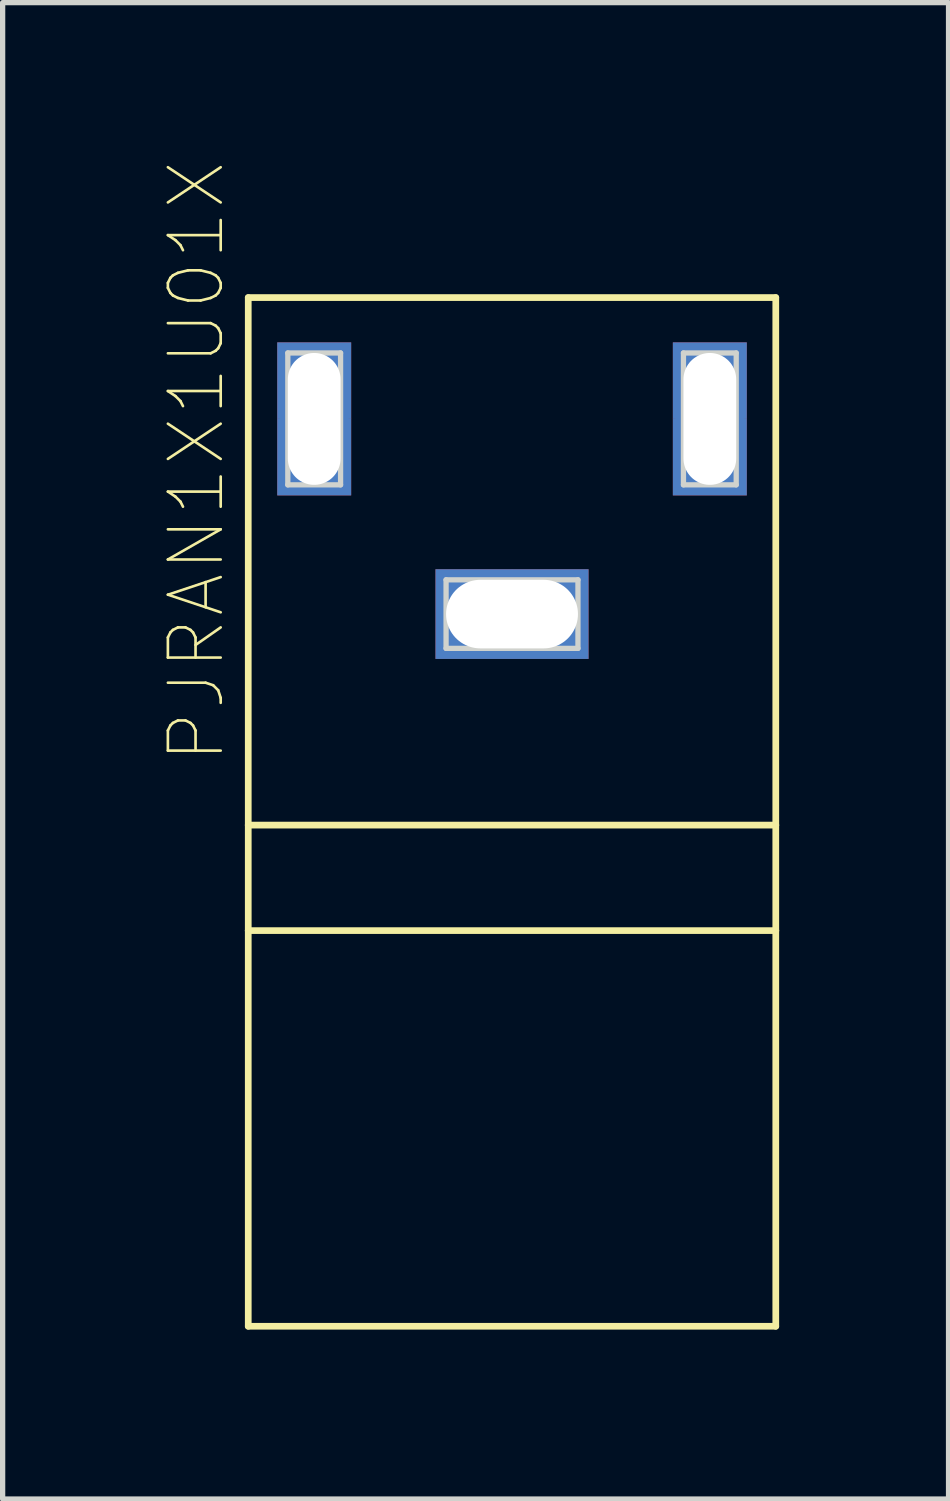
<source format=kicad_pcb>
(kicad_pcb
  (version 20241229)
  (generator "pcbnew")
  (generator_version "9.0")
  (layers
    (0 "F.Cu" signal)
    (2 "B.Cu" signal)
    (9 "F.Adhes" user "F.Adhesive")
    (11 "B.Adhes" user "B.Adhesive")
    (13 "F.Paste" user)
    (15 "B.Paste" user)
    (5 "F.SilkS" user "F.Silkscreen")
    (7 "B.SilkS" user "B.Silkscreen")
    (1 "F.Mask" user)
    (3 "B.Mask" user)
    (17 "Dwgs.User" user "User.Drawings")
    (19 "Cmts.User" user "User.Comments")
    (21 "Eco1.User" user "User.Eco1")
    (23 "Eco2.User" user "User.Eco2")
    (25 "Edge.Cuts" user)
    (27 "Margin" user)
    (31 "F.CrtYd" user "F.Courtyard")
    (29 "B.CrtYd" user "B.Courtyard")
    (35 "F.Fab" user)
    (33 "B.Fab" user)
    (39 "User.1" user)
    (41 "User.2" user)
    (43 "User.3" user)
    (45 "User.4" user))
  (footprint "PJRAN1X1U01X"
    (layer "F.Cu")
    (at 6.656 8.591)
    (property "Reference" "PJRAN1X1U01X" (at -5.983 -2.894 90) (layer "F.SilkS") (effects (font (size 1.001 1.001) (thickness 0.05))))
    (attr smd)
    (fp_poly (pts (xy -4.25 -3.7) (xy -4.45 -3.7) (xy -4.45 -2.25) (xy -3.05 -2.25) (xy -3.05 -3.7) (xy -3.25 -3.7) (xy -3.25 -2.45) (xy -4.25 -2.45)) (stroke (width 0.001) (type solid)) (fill yes) (layer "F.Cu"))
    (fp_poly (pts (xy -3.25 -3.7) (xy -3.05 -3.7) (xy -3.05 -5.15) (xy -4.45 -5.15) (xy -4.45 -3.7) (xy -4.25 -3.7) (xy -4.25 -4.95) (xy -3.25 -4.95)) (stroke (width 0.001) (type solid)) (fill yes) (layer "F.Cu"))
    (fp_poly (pts (xy 0 -0.65) (xy 0 -0.85) (xy 1.45 -0.85) (xy 1.45 0.85) (xy 0 0.85) (xy 0 0.65) (xy 1.25 0.65) (xy 1.25 -0.65)) (stroke (width 0.001) (type solid)) (fill yes) (layer "F.Cu"))
    (fp_poly (pts (xy 0 0.65) (xy 0 0.85) (xy -1.45 0.85) (xy -1.45 -0.85) (xy 0 -0.85) (xy 0 -0.65) (xy -1.25 -0.65) (xy -1.25 0.65)) (stroke (width 0.001) (type solid)) (fill yes) (layer "F.Cu"))
    (fp_poly (pts (xy 3.25 -3.7) (xy 3.05 -3.7) (xy 3.05 -2.25) (xy 4.45 -2.25) (xy 4.45 -3.7) (xy 4.25 -3.7) (xy 4.25 -2.45) (xy 3.25 -2.45)) (stroke (width 0.001) (type solid)) (fill yes) (layer "F.Cu"))
    (fp_poly (pts (xy 4.25 -3.7) (xy 4.45 -3.7) (xy 4.45 -5.15) (xy 3.05 -5.15) (xy 3.05 -3.7) (xy 3.25 -3.7) (xy 3.25 -4.95) (xy 4.25 -4.95)) (stroke (width 0.001) (type solid)) (fill yes) (layer "F.Cu"))
    (fp_poly (pts (xy -4.559 -5.25) (xy -2.95 -5.25) (xy -2.95 -2.154) (xy -4.559 -2.154)) (stroke (width 0) (type solid)) (fill yes) (layer "F.Mask"))
    (fp_poly (pts (xy -1.552 -0.95) (xy 1.55 -0.95) (xy 1.55 0.951) (xy -1.552 0.951)) (stroke (width 0) (type solid)) (fill yes) (layer "F.Mask"))
    (fp_poly (pts (xy 2.954 -5.25) (xy 4.55 -5.25) (xy 4.55 -2.153) (xy 2.954 -2.153)) (stroke (width 0) (type solid)) (fill yes) (layer "F.Mask"))
    (fp_poly (pts (xy -4.25 -3.7) (xy -4.45 -3.7) (xy -4.45 -2.25) (xy -3.05 -2.25) (xy -3.05 -3.7) (xy -3.25 -3.7) (xy -3.25 -2.45) (xy -4.25 -2.45)) (stroke (width 0.001) (type solid)) (fill yes) (layer "B.Cu"))
    (fp_poly (pts (xy -3.25 -3.7) (xy -3.05 -3.7) (xy -3.05 -5.15) (xy -4.45 -5.15) (xy -4.45 -3.7) (xy -4.25 -3.7) (xy -4.25 -4.95) (xy -3.25 -4.95)) (stroke (width 0.001) (type solid)) (fill yes) (layer "B.Cu"))
    (fp_poly (pts (xy 0 -0.65) (xy 0 -0.85) (xy 1.45 -0.85) (xy 1.45 0.85) (xy 0 0.85) (xy 0 0.65) (xy 1.25 0.65) (xy 1.25 -0.65)) (stroke (width 0.001) (type solid)) (fill yes) (layer "B.Cu"))
    (fp_poly (pts (xy 0 0.65) (xy 0 0.85) (xy -1.45 0.85) (xy -1.45 -0.85) (xy 0 -0.85) (xy 0 -0.65) (xy -1.25 -0.65) (xy -1.25 0.65)) (stroke (width 0.001) (type solid)) (fill yes) (layer "B.Cu"))
    (fp_poly (pts (xy 3.25 -3.7) (xy 3.05 -3.7) (xy 3.05 -2.25) (xy 4.45 -2.25) (xy 4.45 -3.7) (xy 4.25 -3.7) (xy 4.25 -2.45) (xy 3.25 -2.45)) (stroke (width 0.001) (type solid)) (fill yes) (layer "B.Cu"))
    (fp_poly (pts (xy 4.25 -3.7) (xy 4.45 -3.7) (xy 4.45 -5.15) (xy 3.05 -5.15) (xy 3.05 -3.7) (xy 3.25 -3.7) (xy 3.25 -4.95) (xy 4.25 -4.95)) (stroke (width 0.001) (type solid)) (fill yes) (layer "B.Cu"))
    (fp_line (start -5 -6) (end 5 -6) (stroke (width 0.127) (type solid)) (layer "F.SilkS"))
    (fp_line (start -5 4) (end -5 -6) (stroke (width 0.127) (type solid)) (layer "F.SilkS"))
    (fp_line (start -5 4) (end 5 4) (stroke (width 0.127) (type solid)) (layer "F.SilkS"))
    (fp_line (start -5 6) (end -5 4) (stroke (width 0.127) (type solid)) (layer "F.SilkS"))
    (fp_line (start -5 6) (end 5 6) (stroke (width 0.127) (type solid)) (layer "F.SilkS"))
    (fp_line (start -5 13.5) (end -5 6) (stroke (width 0.127) (type solid)) (layer "F.SilkS"))
    (fp_line (start 5 -6) (end 5 4) (stroke (width 0.127) (type solid)) (layer "F.SilkS"))
    (fp_line (start 5 4) (end 5 6) (stroke (width 0.127) (type solid)) (layer "F.SilkS"))
    (fp_line (start 5 6) (end 5 13.5) (stroke (width 0.127) (type solid)) (layer "F.SilkS"))
    (fp_line (start 5 13.5) (end -5 13.5) (stroke (width 0.127) (type solid)) (layer "F.SilkS"))
    (fp_poly (pts (xy -4.25 -3.7) (xy -4.45 -3.7) (xy -4.45 -2.25) (xy -3.05 -2.25) (xy -3.05 -3.7) (xy -3.25 -3.7) (xy -3.25 -2.45) (xy -4.25 -2.45)) (stroke (width 0.001) (type solid)) (fill yes) (layer "F.Paste"))
    (fp_poly (pts (xy -3.25 -3.7) (xy -3.05 -3.7) (xy -3.05 -5.15) (xy -4.45 -5.15) (xy -4.45 -3.7) (xy -4.25 -3.7) (xy -4.25 -4.95) (xy -3.25 -4.95)) (stroke (width 0.001) (type solid)) (fill yes) (layer "F.Paste"))
    (fp_poly (pts (xy 0 -0.65) (xy 0 -0.85) (xy 1.45 -0.85) (xy 1.45 0.85) (xy 0 0.85) (xy 0 0.65) (xy 1.25 0.65) (xy 1.25 -0.65)) (stroke (width 0.001) (type solid)) (fill yes) (layer "F.Paste"))
    (fp_poly (pts (xy 0 0.65) (xy 0 0.85) (xy -1.45 0.85) (xy -1.45 -0.85) (xy 0 -0.85) (xy 0 -0.65) (xy -1.25 -0.65) (xy -1.25 0.65)) (stroke (width 0.001) (type solid)) (fill yes) (layer "F.Paste"))
    (fp_poly (pts (xy 3.25 -3.7) (xy 3.05 -3.7) (xy 3.05 -2.25) (xy 4.45 -2.25) (xy 4.45 -3.7) (xy 4.25 -3.7) (xy 4.25 -2.45) (xy 3.25 -2.45)) (stroke (width 0.001) (type solid)) (fill yes) (layer "F.Paste"))
    (fp_poly (pts (xy 4.25 -3.7) (xy 4.45 -3.7) (xy 4.45 -5.15) (xy 3.05 -5.15) (xy 3.05 -3.7) (xy 3.25 -3.7) (xy 3.25 -4.95) (xy 4.25 -4.95)) (stroke (width 0.001) (type solid)) (fill yes) (layer "F.Paste"))
    (fp_poly (pts (xy -4.25 -3.7) (xy -4.45 -3.7) (xy -4.45 -2.25) (xy -3.05 -2.25) (xy -3.05 -3.7) (xy -3.25 -3.7) (xy -3.25 -2.45) (xy -4.25 -2.45)) (stroke (width 0.001) (type solid)) (fill yes) (layer "B.Paste"))
    (fp_poly (pts (xy -3.25 -3.7) (xy -3.05 -3.7) (xy -3.05 -5.15) (xy -4.45 -5.15) (xy -4.45 -3.7) (xy -4.25 -3.7) (xy -4.25 -4.95) (xy -3.25 -4.95)) (stroke (width 0.001) (type solid)) (fill yes) (layer "B.Paste"))
    (fp_poly (pts (xy 0 -0.65) (xy 0 -0.85) (xy 1.45 -0.85) (xy 1.45 0.85) (xy 0 0.85) (xy 0 0.65) (xy 1.25 0.65) (xy 1.25 -0.65)) (stroke (width 0.001) (type solid)) (fill yes) (layer "B.Paste"))
    (fp_poly (pts (xy 0 0.65) (xy 0 0.85) (xy -1.45 0.85) (xy -1.45 -0.85) (xy 0 -0.85) (xy 0 -0.65) (xy -1.25 -0.65) (xy -1.25 0.65)) (stroke (width 0.001) (type solid)) (fill yes) (layer "B.Paste"))
    (fp_poly (pts (xy 3.25 -3.7) (xy 3.05 -3.7) (xy 3.05 -2.25) (xy 4.45 -2.25) (xy 4.45 -3.7) (xy 4.25 -3.7) (xy 4.25 -2.45) (xy 3.25 -2.45)) (stroke (width 0.001) (type solid)) (fill yes) (layer "B.Paste"))
    (fp_poly (pts (xy 4.25 -3.7) (xy 4.45 -3.7) (xy 4.45 -5.15) (xy 3.05 -5.15) (xy 3.05 -3.7) (xy 3.25 -3.7) (xy 3.25 -4.95) (xy 4.25 -4.95)) (stroke (width 0.001) (type solid)) (fill yes) (layer "B.Paste"))
    (fp_line (start -5.25 -6.25) (end 5.25 -6.25) (stroke (width 0.05) (type solid)) (layer "Eco1.User"))
    (fp_line (start -5.25 13.75) (end -5.25 -6.25) (stroke (width 0.05) (type solid)) (layer "Eco1.User"))
    (fp_line (start 5.25 -6.25) (end 5.25 13.75) (stroke (width 0.05) (type solid)) (layer "Eco1.User"))
    (fp_line (start 5.25 13.75) (end -5.25 13.75) (stroke (width 0.05) (type solid)) (layer "Eco1.User"))
    (fp_line (start -5 -6) (end 5 -6) (stroke (width 0.127) (type solid)) (layer "Eco2.User"))
    (fp_line (start -5 4) (end -5 -6) (stroke (width 0.127) (type solid)) (layer "Eco2.User"))
    (fp_line (start -5 4) (end 5 4) (stroke (width 0.127) (type solid)) (layer "Eco2.User"))
    (fp_line (start -5 6) (end -5 4) (stroke (width 0.127) (type solid)) (layer "Eco2.User"))
    (fp_line (start -5 6) (end 5 6) (stroke (width 0.127) (type solid)) (layer "Eco2.User"))
    (fp_line (start -5 13.5) (end -5 6) (stroke (width 0.127) (type solid)) (layer "Eco2.User"))
    (fp_line (start 5 -6) (end 5 4) (stroke (width 0.127) (type solid)) (layer "Eco2.User"))
    (fp_line (start 5 4) (end 5 6) (stroke (width 0.127) (type solid)) (layer "Eco2.User"))
    (fp_line (start 5 6) (end 5 13.5) (stroke (width 0.127) (type solid)) (layer "Eco2.User"))
    (fp_line (start 5 13.5) (end -5 13.5) (stroke (width 0.127) (type solid)) (layer "Eco2.User"))
    (fp_line (start -4.25 -4.95) (end -3.25 -4.95) (stroke (width 0.1) (type solid)) (layer "Edge.Cuts"))
    (fp_line (start -4.25 -2.45) (end -4.25 -4.95) (stroke (width 0.1) (type solid)) (layer "Edge.Cuts"))
    (fp_line (start -3.25 -4.95) (end -3.25 -2.45) (stroke (width 0.1) (type solid)) (layer "Edge.Cuts"))
    (fp_line (start -3.25 -2.45) (end -4.25 -2.45) (stroke (width 0.1) (type solid)) (layer "Edge.Cuts"))
    (fp_line (start -1.25 -0.65) (end 1.25 -0.65) (stroke (width 0.1) (type solid)) (layer "Edge.Cuts"))
    (fp_line (start -1.25 0.65) (end -1.25 -0.65) (stroke (width 0.1) (type solid)) (layer "Edge.Cuts"))
    (fp_line (start 1.25 -0.65) (end 1.25 0.65) (stroke (width 0.1) (type solid)) (layer "Edge.Cuts"))
    (fp_line (start 1.25 0.65) (end -1.25 0.65) (stroke (width 0.1) (type solid)) (layer "Edge.Cuts"))
    (fp_line (start 3.25 -4.95) (end 4.25 -4.95) (stroke (width 0.1) (type solid)) (layer "Edge.Cuts"))
    (fp_line (start 3.25 -2.45) (end 3.25 -4.95) (stroke (width 0.1) (type solid)) (layer "Edge.Cuts"))
    (fp_line (start 4.25 -4.95) (end 4.25 -2.45) (stroke (width 0.1) (type solid)) (layer "Edge.Cuts"))
    (fp_line (start 4.25 -2.45) (end 3.25 -2.45) (stroke (width 0.1) (type solid)) (layer "Edge.Cuts"))
    (pad "1" thru_hole rect (at -3.75 -3.7) (size 1.3 2.8) (drill oval 1 2.5) (layers "*.Cu" "*.Mask"))
    (pad "1" smd rect (at 0 -0.75) (size 0.1 0.1) (layers "F.Cu" "F.Mask" "F.Paste"))
    (pad "1" thru_hole rect (at 3.75 -3.7) (size 1.3 2.8) (drill oval 1 2.5) (layers "*.Cu" "*.Mask"))
    (pad "2" smd rect (at -4.35 -3.7) (size 0.1 0.1) (layers "F.Cu" "F.Mask" "F.Paste"))
    (pad "2" thru_hole rect (at 0 0) (size 2.8 1.6) (drill oval 2.5 1.3) (layers "*.Cu" "*.Mask"))
    (pad "3" smd rect (at 4.35 -3.7) (size 0.1 0.1) (layers "F.Cu" "F.Mask" "F.Paste")))
  (gr_rect
    (start -3 -3)
    (end 14.931 25.366)
    (stroke (width 0.1) (type default))
    (fill no)
    (layer "Edge.Cuts")))
</source>
